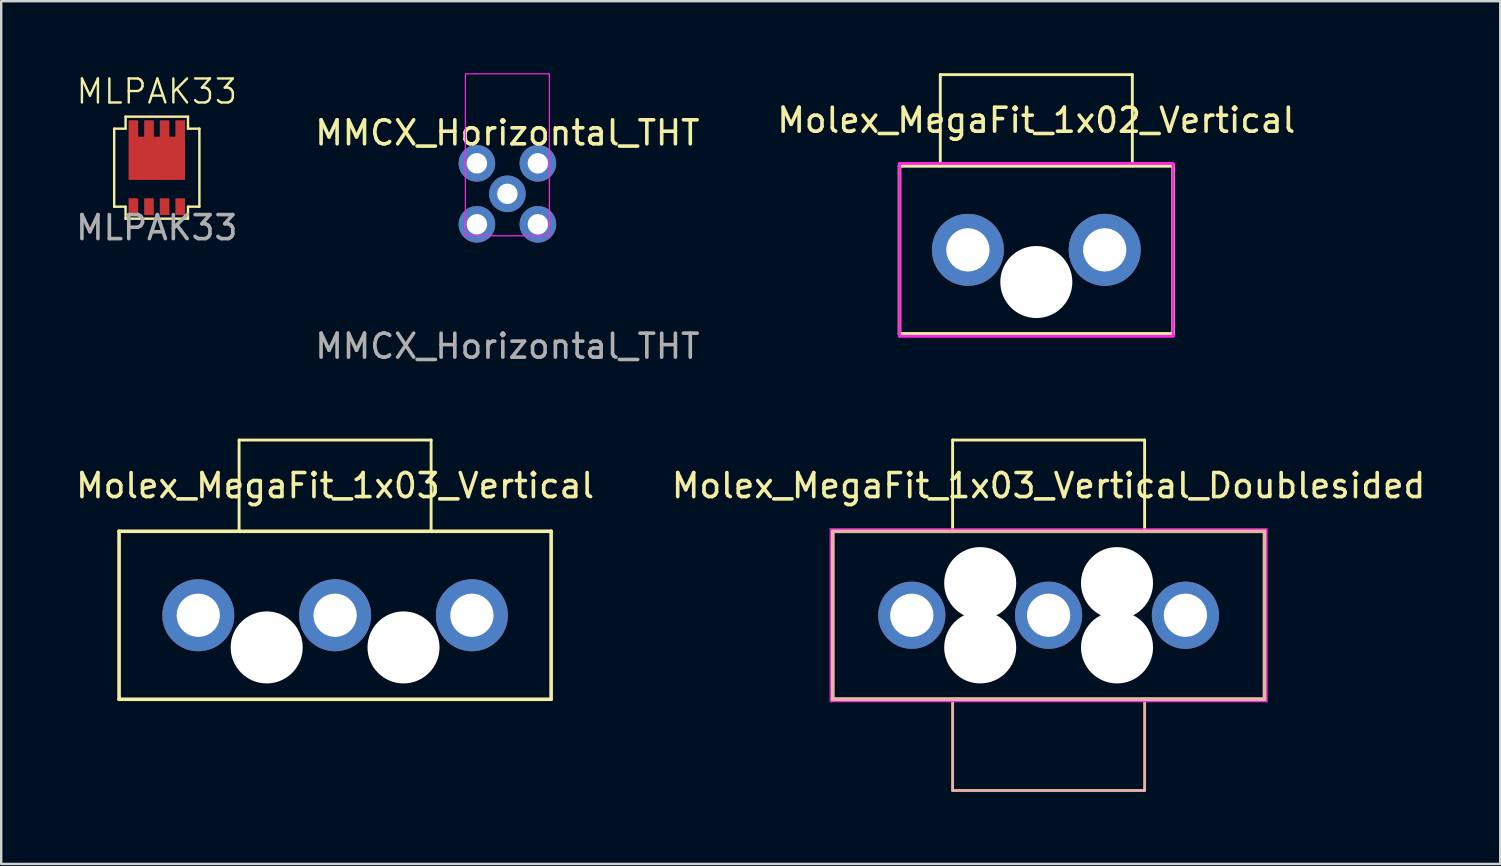
<source format=kicad_pcb>
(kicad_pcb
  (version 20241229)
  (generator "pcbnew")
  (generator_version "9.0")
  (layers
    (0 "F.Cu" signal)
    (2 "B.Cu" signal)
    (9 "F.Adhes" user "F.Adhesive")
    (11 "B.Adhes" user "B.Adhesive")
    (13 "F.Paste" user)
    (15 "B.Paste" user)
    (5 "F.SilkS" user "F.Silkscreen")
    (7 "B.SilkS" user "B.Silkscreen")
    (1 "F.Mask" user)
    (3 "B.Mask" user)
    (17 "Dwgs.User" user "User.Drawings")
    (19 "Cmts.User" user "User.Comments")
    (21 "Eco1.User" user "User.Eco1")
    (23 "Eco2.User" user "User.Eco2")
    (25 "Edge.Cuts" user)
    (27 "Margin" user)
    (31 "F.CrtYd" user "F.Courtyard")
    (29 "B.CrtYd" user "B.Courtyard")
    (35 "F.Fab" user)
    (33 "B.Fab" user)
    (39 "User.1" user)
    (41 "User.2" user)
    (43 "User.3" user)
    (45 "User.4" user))
  (footprint "MMCX_Horizontal_THT"
    (layer "F.Cu")
    (at 18.089 5.025)
    (property "Reference" "MMCX_Horizontal_THT" (at 0 -2.54 0) (unlocked yes) (layer "F.SilkS") (effects (font (size 1 1) (thickness 0.15))))
    (attr through_hole)
    (fp_rect (start 1.75 1.75) (end -1.75 -5) (stroke (width 0.05) (type solid)) (fill no) (layer "F.CrtYd"))
    (fp_text user "${REFERENCE}" (at 0 6.35 0) (unlocked yes) (layer "F.Fab") (effects (font (size 1 1) (thickness 0.15))))
    (pad "1" thru_hole circle (at 0 0) (size 1.524 1.524) (drill 0.85) (layers "*.Cu" "*.Mask"))
    (pad "S1" thru_hole circle (at 1.27 -1.27) (size 1.524 1.524) (drill 0.85) (layers "*.Cu" "*.Mask"))
    (pad "S2" thru_hole circle (at -1.27 -1.27) (size 1.524 1.524) (drill 0.85) (layers "*.Cu" "*.Mask"))
    (pad "S3" thru_hole circle (at -1.27 1.27) (size 1.524 1.524) (drill 0.85) (layers "*.Cu" "*.Mask"))
    (pad "S4" thru_hole circle (at 1.27 1.27) (size 1.524 1.524) (drill 0.85) (layers "*.Cu" "*.Mask")))
  (footprint "MLPAK33"
    (layer "F.Cu")
    (at 3.482 3.936)
    (property "Reference" "MLPAK33" (at 0 -3.175 0) (unlocked yes) (layer "F.SilkS") (effects (font (size 1 1) (thickness 0.1))))
    (attr smd)
    (fp_line (start -1.775 -1.625) (end -1.775 1.625) (stroke (width 0.1) (type default)) (layer "F.SilkS"))
    (fp_line (start -1.775 -1.625) (end -1.3 -1.625) (stroke (width 0.1) (type default)) (layer "F.SilkS"))
    (fp_line (start -1.775 1.625) (end -1.3 1.625) (stroke (width 0.1) (type default)) (layer "F.SilkS"))
    (fp_line (start -1.3 -2.125) (end 1.3 -2.125) (stroke (width 0.1) (type default)) (layer "F.SilkS"))
    (fp_line (start -1.3 -1.625) (end -1.3 -2.125) (stroke (width 0.1) (type default)) (layer "F.SilkS"))
    (fp_line (start -1.3 1.625) (end -1.3 2.125) (stroke (width 0.1) (type default)) (layer "F.SilkS"))
    (fp_line (start -1.3 2.125) (end 1.3 2.125) (stroke (width 0.1) (type default)) (layer "F.SilkS"))
    (fp_line (start 1.3 -1.625) (end 1.3 -2.125) (stroke (width 0.1) (type default)) (layer "F.SilkS"))
    (fp_line (start 1.3 1.625) (end 1.3 2.125) (stroke (width 0.1) (type default)) (layer "F.SilkS"))
    (fp_line (start 1.775 -1.625) (end 1.3 -1.625) (stroke (width 0.1) (type default)) (layer "F.SilkS"))
    (fp_line (start 1.775 -1.625) (end 1.775 1.625) (stroke (width 0.1) (type default)) (layer "F.SilkS"))
    (fp_line (start 1.775 1.625) (end 1.3 1.625) (stroke (width 0.1) (type default)) (layer "F.SilkS"))
    (fp_rect (start -0.1 -1.07) (end -0.97 -0.4) (stroke (width 0.000001) (type solid)) (fill yes) (layer "F.Paste"))
    (fp_rect (start -0.1 -0.297) (end -0.966 0.373) (stroke (width 0.000001) (type solid)) (fill yes) (layer "F.Paste"))
    (fp_rect (start 0.988 -0.288) (end 0.118 0.382) (stroke (width 0.000001) (type solid)) (fill yes) (layer "F.Paste"))
    (fp_rect (start 0.993 -1.066) (end 0.123 -0.396) (stroke (width 0.000001) (type solid)) (fill yes) (layer "F.Paste"))
    (fp_text user "${REFERENCE}" (at 0 2.5 0) (unlocked yes) (layer "F.Fab") (effects (font (size 1 1) (thickness 0.15))))
    (pad "1" smd rect (at -0.975 1.625) (size 0.4 0.7) (layers "F.Cu" "F.Mask" "F.Paste"))
    (pad "2" smd rect (at -0.325 1.625) (size 0.4 0.7) (layers "F.Cu" "F.Mask" "F.Paste"))
    (pad "3" smd rect (at 0.325 1.625) (size 0.4 0.7) (layers "F.Cu" "F.Mask" "F.Paste"))
    (pad "4" smd rect (at 0.975 1.625) (size 0.4 0.7) (layers "F.Cu" "F.Mask" "F.Paste"))
    (pad "5" smd rect (at 0.975 -1.625) (size 0.4 0.7) (layers "F.Cu" "F.Mask" "F.Paste"))
    (pad "6" smd rect (at 0.325 -1.625) (size 0.4 0.7) (layers "F.Cu" "F.Mask" "F.Paste"))
    (pad "7" smd rect (at -0.325 -1.625) (size 0.4 0.7) (layers "F.Cu" "F.Mask" "F.Paste"))
    (pad "8" smd rect (at -0.975 -1.625) (size 0.4 0.7) (layers "F.Cu" "F.Mask" "F.Paste"))
    (pad "PAD" smd rect (at 0 -0.39) (size 2.35 1.8) (layers "F.Cu" "F.Mask")))
  (footprint "Molex_MegaFit_1x03_Vertical_Doublesided"
    (layer "F.Cu")
    (at 40.637 22.583)
    (property "Reference" "Molex_MegaFit_1x03_Vertical_Doublesided" (at 0 -5.4 0) (layer "F.SilkS") (effects (font (size 1 1) (thickness 0.15))))
    (attr through_hole)
    (fp_line (start -9 -3.5) (end -9 3.5) (stroke (width 0.15) (type solid)) (layer "F.SilkS"))
    (fp_line (start -9 3.5) (end 9 3.5) (stroke (width 0.15) (type solid)) (layer "F.SilkS"))
    (fp_line (start -4 -7.3) (end 4 -7.3) (stroke (width 0.12) (type solid)) (layer "F.SilkS"))
    (fp_line (start -4 -3.5) (end -4 -7.3) (stroke (width 0.12) (type solid)) (layer "F.SilkS"))
    (fp_line (start 4 -7.3) (end 4 -3.5) (stroke (width 0.12) (type solid)) (layer "F.SilkS"))
    (fp_line (start 9 -3.5) (end -9 -3.5) (stroke (width 0.15) (type solid)) (layer "F.SilkS"))
    (fp_line (start 9 3.5) (end 9 -3.5) (stroke (width 0.15) (type solid)) (layer "F.SilkS"))
    (fp_line (start -9 -3.5) (end -9 3.5) (stroke (width 0.15) (type solid)) (layer "B.SilkS"))
    (fp_line (start -9 3.5) (end 9 3.5) (stroke (width 0.15) (type solid)) (layer "B.SilkS"))
    (fp_line (start -4 7.3) (end -4 3.5) (stroke (width 0.12) (type solid)) (layer "B.SilkS"))
    (fp_line (start 4 3.5) (end 4 7.3) (stroke (width 0.12) (type solid)) (layer "B.SilkS"))
    (fp_line (start 4 7.3) (end -4 7.3) (stroke (width 0.12) (type solid)) (layer "B.SilkS"))
    (fp_line (start 9 -3.5) (end -9 -3.5) (stroke (width 0.15) (type solid)) (layer "B.SilkS"))
    (fp_line (start 9 3.5) (end 9 -3.5) (stroke (width 0.15) (type solid)) (layer "B.SilkS"))
    (fp_line (start -9.1 -3.6) (end -9.1 3.6) (stroke (width 0.05) (type solid)) (layer "F.CrtYd"))
    (fp_line (start -9.1 3.6) (end 9.1 3.6) (stroke (width 0.05) (type solid)) (layer "F.CrtYd"))
    (fp_line (start 9.1 -3.6) (end -9.1 -3.6) (stroke (width 0.05) (type solid)) (layer "F.CrtYd"))
    (fp_line (start 9.1 3.6) (end 9.1 -3.6) (stroke (width 0.05) (type solid)) (layer "F.CrtYd"))
    (pad "" np_thru_hole circle (at -2.85 -1.34) (size 3 3) (drill 3) (layers "*.Cu" "*.Mask"))
    (pad "" np_thru_hole circle (at -2.85 1.34) (size 3 3) (drill 3) (layers "*.Cu" "*.Mask"))
    (pad "" np_thru_hole circle (at 2.85 -1.34) (size 3 3) (drill 3) (layers "*.Cu" "*.Mask"))
    (pad "" np_thru_hole circle (at 2.85 1.34) (size 3 3) (drill 3) (layers "*.Cu" "*.Mask"))
    (pad "1" thru_hole circle (at 5.7 0) (size 2.8 2.8) (drill 1.8) (layers "*.Cu" "*.Mask"))
    (pad "2" thru_hole circle (at 0 0) (size 2.8 2.8) (drill 1.8) (layers "*.Cu" "*.Mask"))
    (pad "3" thru_hole circle (at -5.7 0) (size 2.8 2.8) (drill 1.8) (layers "*.Cu" "*.Mask")))
  (footprint "Molex_MegaFit_1x03_Vertical"
    (layer "F.Cu")
    (at 10.911 22.583)
    (property "Reference" "Molex_MegaFit_1x03_Vertical" (at 0 -5.4 0) (layer "F.SilkS") (effects (font (size 1 1) (thickness 0.15))))
    (attr through_hole)
    (fp_line (start -9 -3.5) (end -9 3.5) (stroke (width 0.15) (type solid)) (layer "F.SilkS"))
    (fp_line (start -9 3.5) (end 9 3.5) (stroke (width 0.15) (type solid)) (layer "F.SilkS"))
    (fp_line (start -4 -7.3) (end 4 -7.3) (stroke (width 0.12) (type solid)) (layer "F.SilkS"))
    (fp_line (start -4 -3.5) (end -4 -7.3) (stroke (width 0.12) (type solid)) (layer "F.SilkS"))
    (fp_line (start 4 -7.3) (end 4 -3.5) (stroke (width 0.12) (type solid)) (layer "F.SilkS"))
    (fp_line (start 9 -3.5) (end -9 -3.5) (stroke (width 0.15) (type solid)) (layer "F.SilkS"))
    (fp_line (start 9 3.5) (end 9 -3.5) (stroke (width 0.15) (type solid)) (layer "F.SilkS"))
    (pad "" np_thru_hole circle (at -2.85 1.34) (size 3 3) (drill 3) (layers "*.Cu" "*.Mask"))
    (pad "" np_thru_hole circle (at 2.85 1.34) (size 3 3) (drill 3) (layers "*.Cu" "*.Mask"))
    (pad "1" thru_hole circle (at 5.7 0) (size 3 3) (drill 1.8) (layers "*.Cu" "*.Mask"))
    (pad "2" thru_hole circle (at 0 0) (size 3 3) (drill 1.8) (layers "*.Cu" "*.Mask"))
    (pad "3" thru_hole circle (at -5.7 0) (size 3 3) (drill 1.8) (layers "*.Cu" "*.Mask")))
  (footprint "Molex_MegaFit_1x02_Vertical"
    (layer "F.Cu")
    (at 40.125 7.36)
    (property "Reference" "Molex_MegaFit_1x02_Vertical" (at 0 -5.4 0) (layer "F.SilkS") (effects (font (size 1 1) (thickness 0.15))))
    (attr through_hole)
    (fp_line (start -5.7 -3.5) (end -5.7 3.5) (stroke (width 0.15) (type solid)) (layer "F.SilkS"))
    (fp_line (start -5.7 3.5) (end 5.7 3.5) (stroke (width 0.15) (type solid)) (layer "F.SilkS"))
    (fp_line (start -4 -7.3) (end 4 -7.3) (stroke (width 0.12) (type solid)) (layer "F.SilkS"))
    (fp_line (start -4 -3.5) (end -4 -7.3) (stroke (width 0.12) (type solid)) (layer "F.SilkS"))
    (fp_line (start 4 -7.3) (end 4 -3.5) (stroke (width 0.12) (type solid)) (layer "F.SilkS"))
    (fp_line (start 5.7 -3.5) (end -5.7 -3.5) (stroke (width 0.15) (type solid)) (layer "F.SilkS"))
    (fp_line (start 5.7 3.5) (end 5.7 -3.5) (stroke (width 0.15) (type solid)) (layer "F.SilkS"))
    (fp_line (start -5.7 -3.6) (end -5.7 3.6) (stroke (width 0.12) (type solid)) (layer "F.CrtYd"))
    (fp_line (start -5.7 3.6) (end 5.7 3.6) (stroke (width 0.12) (type solid)) (layer "F.CrtYd"))
    (fp_line (start 5.7 -3.6) (end -5.7 -3.6) (stroke (width 0.12) (type solid)) (layer "F.CrtYd"))
    (fp_line (start 5.7 3.6) (end 5.7 -3.6) (stroke (width 0.12) (type solid)) (layer "F.CrtYd"))
    (pad "" np_thru_hole circle (at 0 1.34) (size 3 3) (drill 3) (layers "*.Cu" "*.Mask"))
    (pad "1" thru_hole circle (at 2.85 0) (size 3 3) (drill 1.8) (layers "*.Cu" "*.Mask"))
    (pad "2" thru_hole circle (at -2.85 0) (size 3 3) (drill 1.8) (layers "*.Cu" "*.Mask")))
  (gr_rect
    (start -3 -3)
    (end 59.452 32.943)
    (stroke (width 0.1) (type default))
    (fill no)
    (layer "Edge.Cuts")))
</source>
